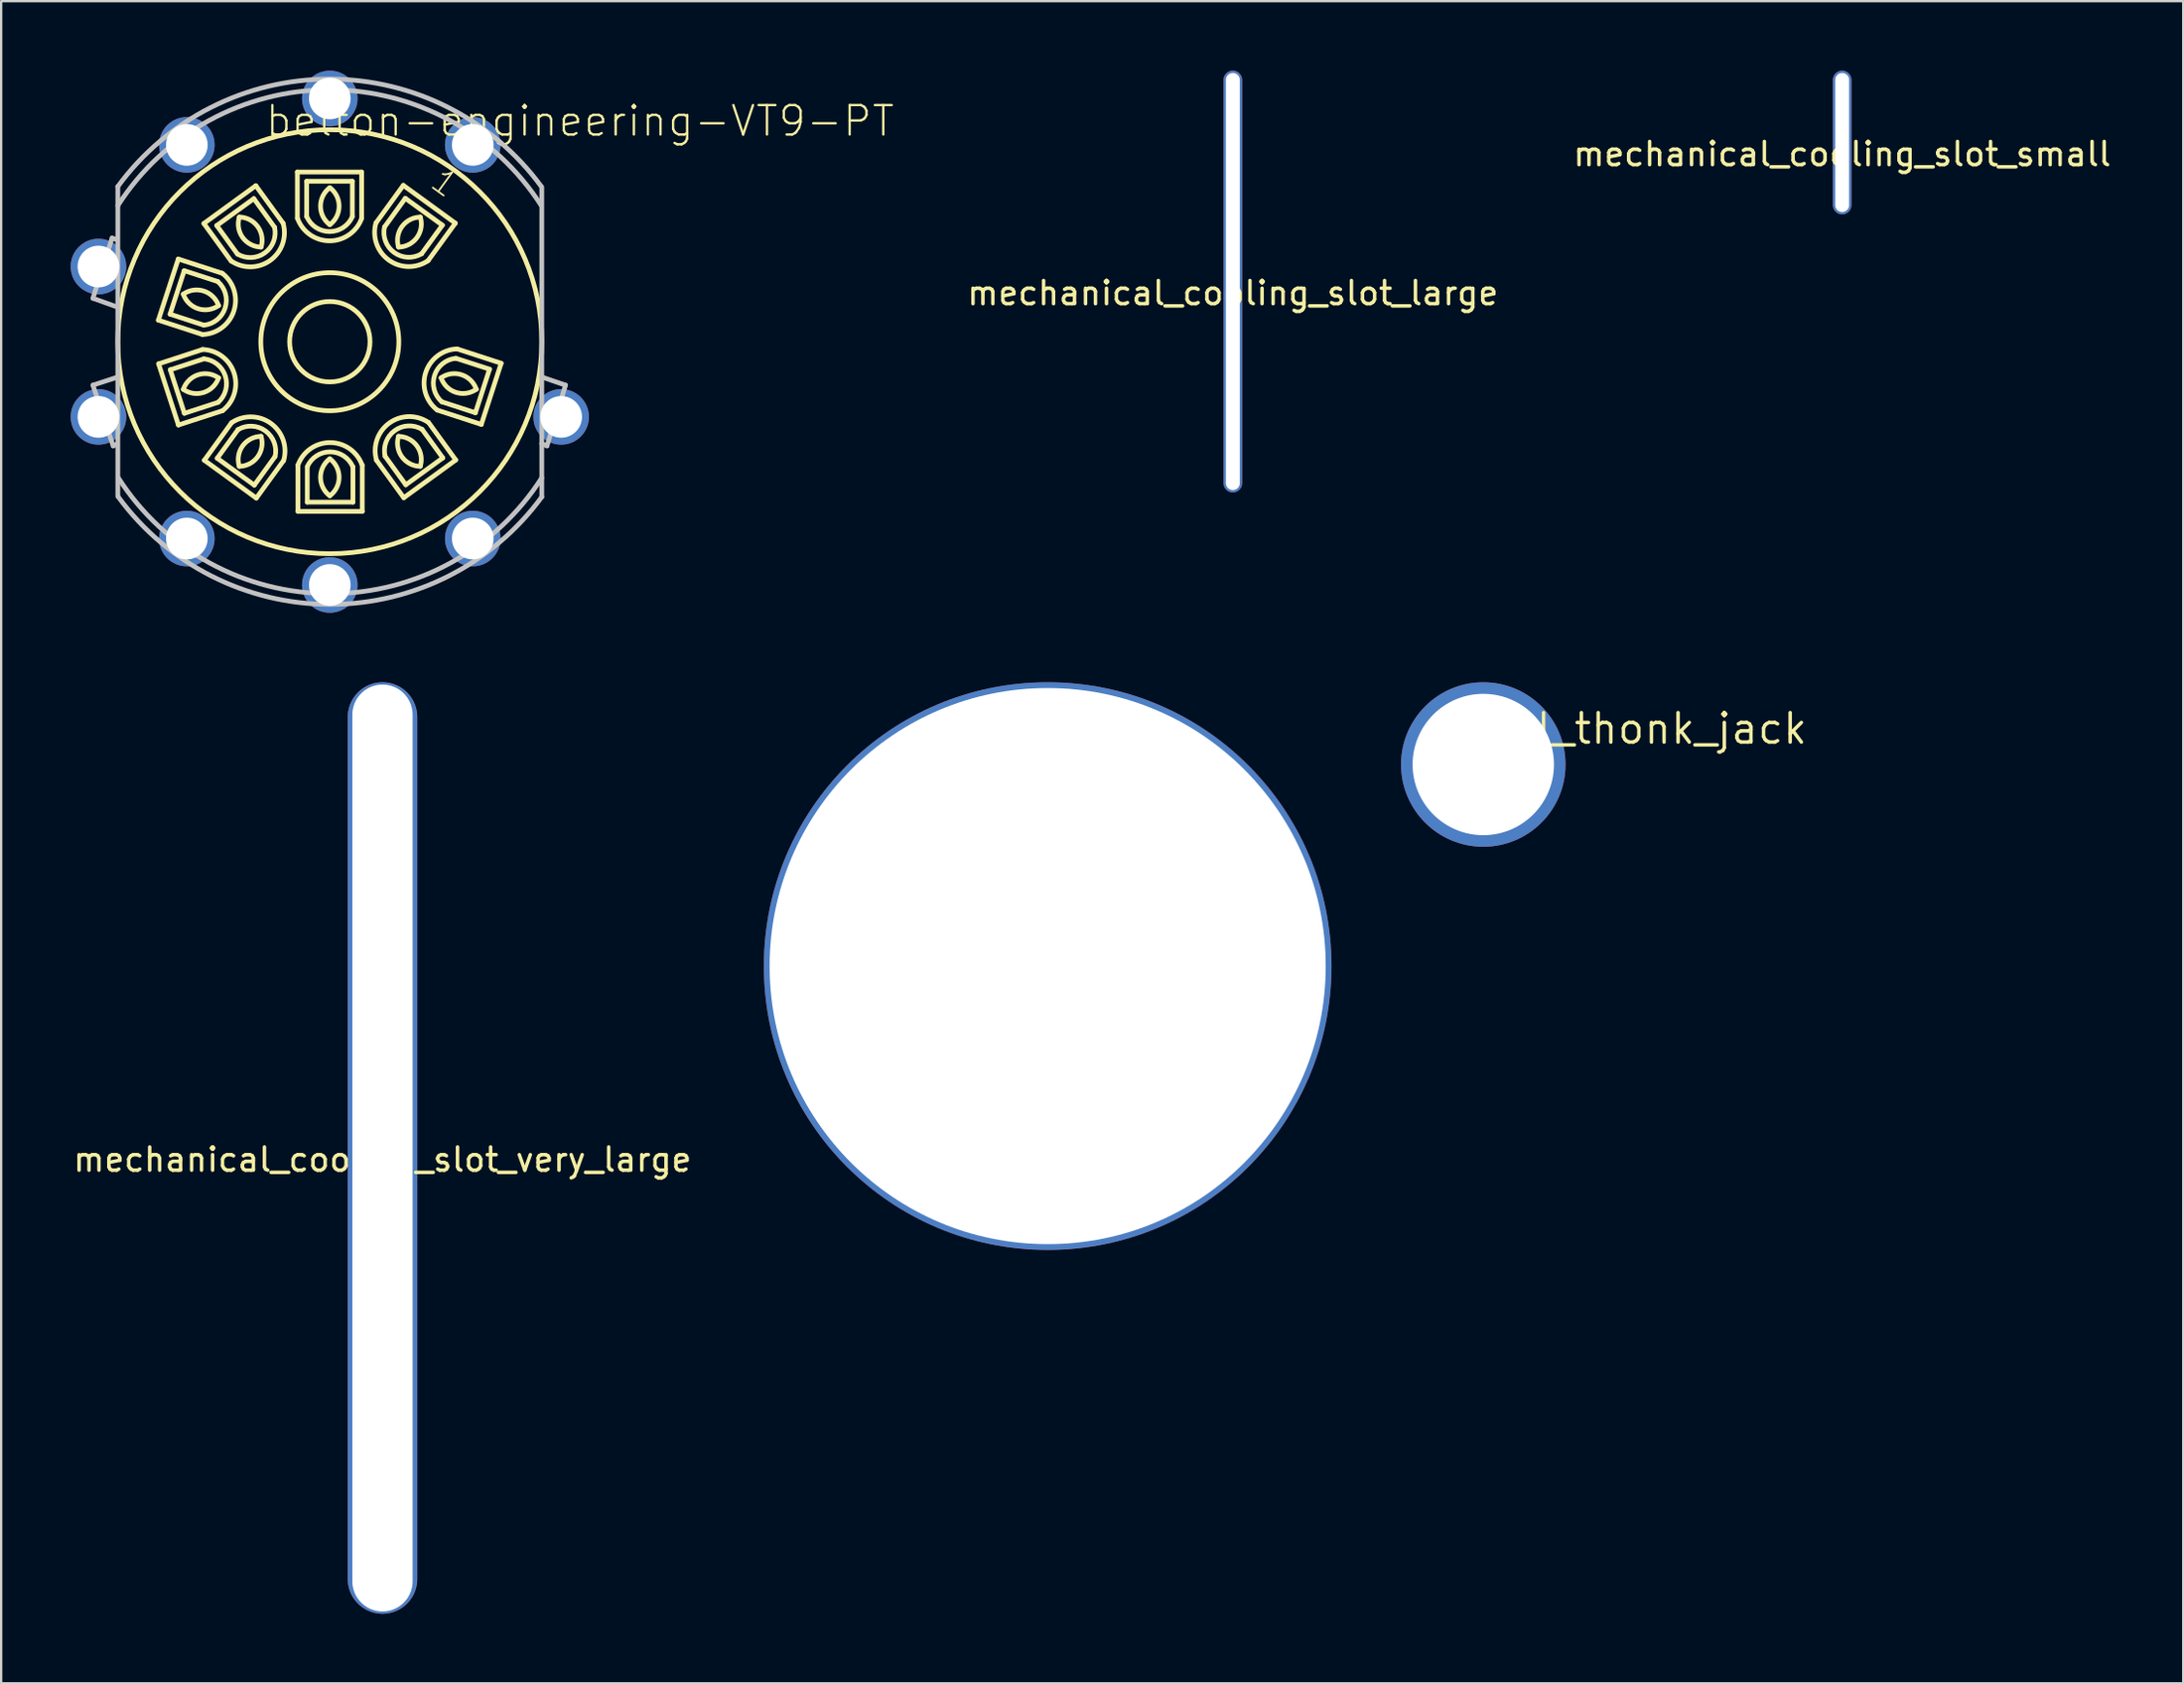
<source format=kicad_pcb>
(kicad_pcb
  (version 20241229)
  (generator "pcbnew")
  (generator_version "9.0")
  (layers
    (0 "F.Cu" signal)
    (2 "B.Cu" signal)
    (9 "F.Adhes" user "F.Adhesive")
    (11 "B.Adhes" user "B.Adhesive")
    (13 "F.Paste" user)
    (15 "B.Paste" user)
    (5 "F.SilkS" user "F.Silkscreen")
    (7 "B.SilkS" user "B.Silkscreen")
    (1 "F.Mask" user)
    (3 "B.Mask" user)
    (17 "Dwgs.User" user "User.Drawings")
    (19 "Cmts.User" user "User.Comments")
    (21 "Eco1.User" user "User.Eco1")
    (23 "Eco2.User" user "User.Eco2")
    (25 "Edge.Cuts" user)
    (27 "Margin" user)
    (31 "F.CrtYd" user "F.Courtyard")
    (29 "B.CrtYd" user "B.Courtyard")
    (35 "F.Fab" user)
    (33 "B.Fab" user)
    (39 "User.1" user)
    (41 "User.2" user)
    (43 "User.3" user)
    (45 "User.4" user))
  (footprint "mechanical_cooling_slot_large"
    (layer "F.Cu")
    (at 50.158 9.1)
    (property "Reference" "mechanical_cooling_slot_large" (at 0 0.5 0) (layer "F.SilkS") (effects (font (size 1 1) (thickness 0.15))))
    (attr through_hole)
    (pad "" np_thru_hole oval (at 0 0) (size 0.8 18.2) (drill oval 0.6 18) (layers "*.Cu" "*.Mask")))
  (footprint "panel_12AX7_hole"
    (layer "F.Cu")
    (at 42.167 38.643)
    (property "Reference" "panel_12AX7_hole" (at 0 -1.93 0) (layer "F.SilkS") (effects (font (size 1 1) (thickness 0.15))))
    (attr through_hole)
    (pad "" np_thru_hole circle (at 0 0) (size 24.5 24.5) (drill 24) (layers "*.Cu" "*.Mask")))
  (footprint "mechanical_cooling_slot_very_large"
    (layer "F.Cu")
    (at 13.458 46.493)
    (property "Reference" "mechanical_cooling_slot_very_large" (at 0 0.5 0) (layer "F.SilkS") (effects (font (size 1 1) (thickness 0.15))))
    (attr through_hole)
    (pad "" np_thru_hole oval (at 0 0) (size 3 40.2) (drill oval 2.6 40) (layers "*.Cu" "*.Mask")))
  (footprint "panel_thonk_jack"
    (layer "F.Cu")
    (at 60.967 29.943)
    (property "Reference" "panel_thonk_jack" (at 5.867 -1.549 0) (layer "F.SilkS") (effects (font (size 1.27 1.27) (thickness 0.15))))
    (attr exclude_from_pos_files exclude_from_bom)
    (pad "" np_thru_hole circle (at 0 0) (size 7.1 7.1) (drill 6.1) (layers "*.Cu" "*.Mask")))
  (footprint "belton-engineering-VT9-PT"
    (layer "F.Cu")
    (at 11.184 11.697)
    (property "Reference" "belton-engineering-VT9-PT" (at 10.795 -9.525 0) (layer "F.SilkS") (effects (font (size 1.27 1.27) (thickness 0.102))))
    (attr exclude_from_pos_files exclude_from_bom)
    (fp_line (start -7.399 -0.93) (end -6.54 -3.569) (stroke (width 0.203) (type solid)) (layer "F.SilkS"))
    (fp_line (start -7.399 -0.93) (end -5.497 -0.312) (stroke (width 0.203) (type solid)) (layer "F.SilkS"))
    (fp_line (start -7.389 0.955) (end -5.489 0.335) (stroke (width 0.203) (type solid)) (layer "F.SilkS"))
    (fp_line (start -6.894 -1.189) (end -5.443 -0.716) (stroke (width 0.203) (type solid)) (layer "F.SilkS"))
    (fp_line (start -6.886 1.212) (end -6.276 3.089) (stroke (width 0.203) (type solid)) (layer "F.SilkS"))
    (fp_line (start -6.54 -3.569) (end -4.638 -2.951) (stroke (width 0.203) (type solid)) (layer "F.SilkS"))
    (fp_line (start -6.533 3.594) (end -7.389 0.955) (stroke (width 0.203) (type solid)) (layer "F.SilkS"))
    (fp_line (start -6.533 3.594) (end -4.63 2.977) (stroke (width 0.203) (type solid)) (layer "F.SilkS"))
    (fp_line (start -6.284 -3.066) (end -6.894 -1.189) (stroke (width 0.203) (type solid)) (layer "F.SilkS"))
    (fp_line (start -6.276 3.089) (end -4.826 2.619) (stroke (width 0.203) (type solid)) (layer "F.SilkS"))
    (fp_line (start -5.436 -5.103) (end -4.262 -3.485) (stroke (width 0.203) (type solid)) (layer "F.SilkS"))
    (fp_line (start -5.436 -5.103) (end -3.193 -6.734) (stroke (width 0.203) (type solid)) (layer "F.SilkS"))
    (fp_line (start -5.436 0.739) (end -6.886 1.212) (stroke (width 0.203) (type solid)) (layer "F.SilkS"))
    (fp_line (start -5.415 5.116) (end -4.242 3.498) (stroke (width 0.203) (type solid)) (layer "F.SilkS"))
    (fp_line (start -4.879 -5.014) (end -3.983 -3.78) (stroke (width 0.203) (type solid)) (layer "F.SilkS"))
    (fp_line (start -4.859 5.029) (end -3.259 6.19) (stroke (width 0.203) (type solid)) (layer "F.SilkS"))
    (fp_line (start -4.834 -2.596) (end -6.284 -3.066) (stroke (width 0.203) (type solid)) (layer "F.SilkS"))
    (fp_line (start -3.962 3.795) (end -4.859 5.029) (stroke (width 0.203) (type solid)) (layer "F.SilkS"))
    (fp_line (start -3.279 -6.175) (end -4.879 -5.014) (stroke (width 0.203) (type solid)) (layer "F.SilkS"))
    (fp_line (start -3.259 6.19) (end -2.365 4.956) (stroke (width 0.203) (type solid)) (layer "F.SilkS"))
    (fp_line (start -3.193 -6.734) (end -2.017 -5.116) (stroke (width 0.203) (type solid)) (layer "F.SilkS"))
    (fp_line (start -3.172 6.749) (end -5.415 5.116) (stroke (width 0.203) (type solid)) (layer "F.SilkS"))
    (fp_line (start -3.172 6.749) (end -1.996 5.131) (stroke (width 0.203) (type solid)) (layer "F.SilkS"))
    (fp_line (start -2.385 -4.94) (end -3.279 -6.175) (stroke (width 0.203) (type solid)) (layer "F.SilkS"))
    (fp_line (start -1.4 -7.323) (end -1.4 -5.324) (stroke (width 0.203) (type solid)) (layer "F.SilkS"))
    (fp_line (start -1.4 -7.323) (end 1.374 -7.323) (stroke (width 0.203) (type solid)) (layer "F.SilkS"))
    (fp_line (start -1.374 7.323) (end -1.374 5.324) (stroke (width 0.203) (type solid)) (layer "F.SilkS"))
    (fp_line (start -0.998 -6.924) (end -0.998 -5.397) (stroke (width 0.203) (type solid)) (layer "F.SilkS"))
    (fp_line (start -0.973 5.397) (end -0.973 6.924) (stroke (width 0.203) (type solid)) (layer "F.SilkS"))
    (fp_line (start -0.973 6.924) (end 0.998 6.924) (stroke (width 0.203) (type solid)) (layer "F.SilkS"))
    (fp_line (start 0.973 -6.924) (end -0.998 -6.924) (stroke (width 0.203) (type solid)) (layer "F.SilkS"))
    (fp_line (start 0.973 -5.397) (end 0.973 -6.924) (stroke (width 0.203) (type solid)) (layer "F.SilkS"))
    (fp_line (start 0.998 6.924) (end 0.998 5.397) (stroke (width 0.203) (type solid)) (layer "F.SilkS"))
    (fp_line (start 1.374 -7.323) (end 1.374 -5.324) (stroke (width 0.203) (type solid)) (layer "F.SilkS"))
    (fp_line (start 1.4 7.323) (end -1.374 7.323) (stroke (width 0.203) (type solid)) (layer "F.SilkS"))
    (fp_line (start 1.4 7.323) (end 1.4 5.324) (stroke (width 0.203) (type solid)) (layer "F.SilkS"))
    (fp_line (start 2.385 4.94) (end 3.279 6.175) (stroke (width 0.203) (type solid)) (layer "F.SilkS"))
    (fp_line (start 3.172 -6.749) (end 1.996 -5.131) (stroke (width 0.203) (type solid)) (layer "F.SilkS"))
    (fp_line (start 3.172 -6.749) (end 5.418 -5.116) (stroke (width 0.203) (type solid)) (layer "F.SilkS"))
    (fp_line (start 3.193 6.734) (end 2.017 5.116) (stroke (width 0.203) (type solid)) (layer "F.SilkS"))
    (fp_line (start 3.259 -6.19) (end 2.365 -4.956) (stroke (width 0.203) (type solid)) (layer "F.SilkS"))
    (fp_line (start 3.279 6.175) (end 4.877 5.014) (stroke (width 0.203) (type solid)) (layer "F.SilkS"))
    (fp_line (start 3.962 -3.795) (end 4.859 -5.029) (stroke (width 0.203) (type solid)) (layer "F.SilkS"))
    (fp_line (start 4.834 2.593) (end 6.284 3.066) (stroke (width 0.203) (type solid)) (layer "F.SilkS"))
    (fp_line (start 4.859 -5.029) (end 3.259 -6.19) (stroke (width 0.203) (type solid)) (layer "F.SilkS"))
    (fp_line (start 4.877 5.014) (end 3.983 3.78) (stroke (width 0.203) (type solid)) (layer "F.SilkS"))
    (fp_line (start 5.418 -5.116) (end 4.242 -3.498) (stroke (width 0.203) (type solid)) (layer "F.SilkS"))
    (fp_line (start 5.436 5.103) (end 3.193 6.734) (stroke (width 0.203) (type solid)) (layer "F.SilkS"))
    (fp_line (start 5.436 5.103) (end 4.262 3.485) (stroke (width 0.203) (type solid)) (layer "F.SilkS"))
    (fp_line (start 6.284 3.066) (end 6.894 1.186) (stroke (width 0.203) (type solid)) (layer "F.SilkS"))
    (fp_line (start 6.54 3.569) (end 4.638 2.951) (stroke (width 0.203) (type solid)) (layer "F.SilkS"))
    (fp_line (start 6.894 1.186) (end 5.443 0.716) (stroke (width 0.203) (type solid)) (layer "F.SilkS"))
    (fp_line (start 7.396 0.93) (end 5.497 0.312) (stroke (width 0.203) (type solid)) (layer "F.SilkS"))
    (fp_line (start 7.396 0.93) (end 6.54 3.569) (stroke (width 0.203) (type solid)) (layer "F.SilkS"))
    (fp_arc (start -6.32206 -2.05486) (mid -5.43781 -2.186832) (end -4.801901 -1.558395) (stroke (width 0.2032) (type solid)) (layer "F.SilkS"))
    (fp_arc (start -6.32206 2.05486) (mid -5.685714 1.427881) (end -4.80237 1.561077) (stroke (width 0.2032) (type solid)) (layer "F.SilkS"))
    (fp_arc (start -5.48894 0.33528) (mid -4.131077 1.352923) (end -4.627182 2.975658) (stroke (width 0.2032) (type solid)) (layer "F.SilkS"))
    (fp_arc (start -5.4356 0.73914) (mid -4.511013 1.478024) (end -4.823922 2.61947) (stroke (width 0.2032) (type solid)) (layer "F.SilkS"))
    (fp_arc (start -4.83362 -2.59588) (mid -4.517792 -1.455249) (end -5.440477 -0.714006) (stroke (width 0.2032) (type solid)) (layer "F.SilkS"))
    (fp_arc (start -4.8006 -1.55956) (mid -5.685866 -1.425555) (end -6.324012 -2.053587) (stroke (width 0.2032) (type solid)) (layer "F.SilkS"))
    (fp_arc (start -4.8006 1.55956) (mid -5.437962 2.188572) (end -6.323543 2.055781) (stroke (width 0.2032) (type solid)) (layer "F.SilkS"))
    (fp_arc (start -4.63804 -2.95148) (mid -4.138647 -1.330984) (end -5.493288 -0.311008) (stroke (width 0.2032) (type solid)) (layer "F.SilkS"))
    (fp_arc (start -4.2418 3.49758) (mid -2.544101 3.523236) (end -1.991764 5.128778) (stroke (width 0.2032) (type solid)) (layer "F.SilkS"))
    (fp_arc (start -3.9624 3.79476) (mid -2.780078 3.847385) (end -2.360749 4.9541) (stroke (width 0.2032) (type solid)) (layer "F.SilkS"))
    (fp_arc (start -3.90652 -5.37972) (mid -3.111804 -4.966943) (end -2.965503 -4.083453) (stroke (width 0.2032) (type solid)) (layer "F.SilkS"))
    (fp_arc (start -3.90652 5.37972) (mid -3.762045 4.496534) (end -2.968667 4.082479) (stroke (width 0.2032) (type solid)) (layer "F.SilkS"))
    (fp_arc (start -2.96672 -4.08432) (mid -3.759404 -4.496081) (end -3.905299 -5.377335) (stroke (width 0.2032) (type solid)) (layer "F.SilkS"))
    (fp_arc (start -2.96672 4.08432) (mid -3.113228 4.966489) (end -3.907011 5.378308) (stroke (width 0.2032) (type solid)) (layer "F.SilkS"))
    (fp_arc (start -2.38506 -4.9403) (mid -2.800654 -3.83638) (end -3.978932 -3.78143) (stroke (width 0.2032) (type solid)) (layer "F.SilkS"))
    (fp_arc (start -2.01676 -5.11556) (mid -2.564107 -3.513081) (end -4.257231 -3.483772) (stroke (width 0.2032) (type solid)) (layer "F.SilkS"))
    (fp_arc (start -1.37414 5.32384) (mid 0.010758 4.35226) (end 1.394866 5.324966) (stroke (width 0.2032) (type solid)) (layer "F.SilkS"))
    (fp_arc (start -0.97282 5.3975) (mid 0.013266 4.752618) (end 0.995597 5.403206) (stroke (width 0.2032) (type solid)) (layer "F.SilkS"))
    (fp_arc (start 0 -6.64972) (mid 0.401321 -5.851813) (end 0.00351 -5.052151) (stroke (width 0.2032) (type solid)) (layer "F.SilkS"))
    (fp_arc (start 0 -5.04952) (mid -0.401321 -5.847427) (end -0.00351 -6.647089) (stroke (width 0.2032) (type solid)) (layer "F.SilkS"))
    (fp_arc (start 0 5.04952) (mid 0.401321 5.847427) (end 0.00351 6.647089) (stroke (width 0.2032) (type solid)) (layer "F.SilkS"))
    (fp_arc (start 0 6.64972) (mid -0.401321 5.851813) (end -0.00351 5.052151) (stroke (width 0.2032) (type solid)) (layer "F.SilkS"))
    (fp_arc (start 0.97282 -5.3975) (mid -0.013266 -4.752618) (end -0.995597 -5.403206) (stroke (width 0.2032) (type solid)) (layer "F.SilkS"))
    (fp_arc (start 1.37414 -5.32384) (mid -0.010758 -4.35226) (end -1.394866 -5.324966) (stroke (width 0.2032) (type solid)) (layer "F.SilkS"))
    (fp_arc (start 2.01676 5.11556) (mid 2.564107 3.513081) (end 4.257231 3.483772) (stroke (width 0.2032) (type solid)) (layer "F.SilkS"))
    (fp_arc (start 2.38506 4.9403) (mid 2.800654 3.83638) (end 3.978932 3.78143) (stroke (width 0.2032) (type solid)) (layer "F.SilkS"))
    (fp_arc (start 2.96672 -4.08432) (mid 3.113228 -4.966489) (end 3.907011 -5.378308) (stroke (width 0.2032) (type solid)) (layer "F.SilkS"))
    (fp_arc (start 2.96672 4.08432) (mid 3.759404 4.496081) (end 3.905299 5.377335) (stroke (width 0.2032) (type solid)) (layer "F.SilkS"))
    (fp_arc (start 3.90652 -5.37972) (mid 3.762045 -4.496534) (end 2.968667 -4.082479) (stroke (width 0.2032) (type solid)) (layer "F.SilkS"))
    (fp_arc (start 3.90652 5.37972) (mid 3.111804 4.966943) (end 2.965503 4.083453) (stroke (width 0.2032) (type solid)) (layer "F.SilkS"))
    (fp_arc (start 3.9624 -3.79476) (mid 2.780078 -3.847385) (end 2.360749 -4.9541) (stroke (width 0.2032) (type solid)) (layer "F.SilkS"))
    (fp_arc (start 4.2418 -3.49758) (mid 2.544101 -3.523236) (end 1.991764 -5.128778) (stroke (width 0.2032) (type solid)) (layer "F.SilkS"))
    (fp_arc (start 4.63804 2.95148) (mid 4.139044 1.329759) (end 5.495862 0.310925) (stroke (width 0.2032) (type solid)) (layer "F.SilkS"))
    (fp_arc (start 4.8006 1.55956) (mid 5.685866 1.425555) (end 6.324012 2.053587) (stroke (width 0.2032) (type solid)) (layer "F.SilkS"))
    (fp_arc (start 4.83362 2.59334) (mid 4.520125 1.454244) (end 5.442323 0.715751) (stroke (width 0.2032) (type solid)) (layer "F.SilkS"))
    (fp_arc (start 6.32206 2.05232) (mid 5.439843 2.185309) (end 4.804338 1.559108) (stroke (width 0.2032) (type solid)) (layer "F.SilkS"))
    (fp_circle (center 0 0) (end 0 -9.149) (stroke (width 0.203) (type solid)) (fill no) (layer "F.SilkS"))
    (fp_circle (center 0 0) (end 0 -2.979) (stroke (width 0.203) (type solid)) (fill no) (layer "F.SilkS"))
    (fp_circle (center 0 0) (end 0 -1.735) (stroke (width 0.203) (type solid)) (fill no) (layer "F.SilkS"))
    (fp_line (start -10.223 -1.875) (end -9.398 -4.473) (stroke (width 0.203) (type solid)) (layer "Dwgs.User"))
    (fp_line (start -10.223 1.875) (end -9.35 4.498) (stroke (width 0.203) (type solid)) (layer "Dwgs.User"))
    (fp_line (start -9.398 -4.473) (end -9.174 -4.399) (stroke (width 0.203) (type solid)) (layer "Dwgs.User"))
    (fp_line (start -9.35 4.498) (end -9.2 4.425) (stroke (width 0.203) (type solid)) (layer "Dwgs.User"))
    (fp_line (start -9.248 -1.524) (end -10.223 -1.875) (stroke (width 0.203) (type solid)) (layer "Dwgs.User"))
    (fp_line (start -9.149 -6.698) (end -9.149 1.524) (stroke (width 0.203) (type solid)) (layer "Dwgs.User"))
    (fp_line (start -9.149 1.524) (end -10.223 1.875) (stroke (width 0.203) (type solid)) (layer "Dwgs.User"))
    (fp_line (start -9.149 1.524) (end -9.149 6.673) (stroke (width 0.203) (type solid)) (layer "Dwgs.User"))
    (fp_line (start 9.149 1.524) (end 9.149 -6.673) (stroke (width 0.203) (type solid)) (layer "Dwgs.User"))
    (fp_line (start 9.149 1.524) (end 10.173 1.875) (stroke (width 0.203) (type solid)) (layer "Dwgs.User"))
    (fp_line (start 9.149 4.399) (end 9.149 1.524) (stroke (width 0.203) (type solid)) (layer "Dwgs.User"))
    (fp_line (start 9.149 6.698) (end 9.149 4.399) (stroke (width 0.203) (type solid)) (layer "Dwgs.User"))
    (fp_line (start 9.373 4.498) (end 9.149 4.399) (stroke (width 0.203) (type solid)) (layer "Dwgs.User"))
    (fp_line (start 10.173 1.875) (end 9.373 4.498) (stroke (width 0.203) (type solid)) (layer "Dwgs.User"))
    (fp_arc (start -9.14908 -6.69798) (mid -0.010853 -11.33477) (end 9.127942 -6.699098) (stroke (width 0.2032) (type solid)) (layer "Dwgs.User"))
    (fp_arc (start -9.14908 -5.87248) (mid -0.015386 -10.873569) (end 9.123121 -5.88128) (stroke (width 0.2032) (type solid)) (layer "Dwgs.User"))
    (fp_arc (start 9.14908 5.87248) (mid 0.015386 10.873569) (end -9.123121 5.88128) (stroke (width 0.2032) (type solid)) (layer "Dwgs.User"))
    (fp_arc (start 9.14908 6.69798) (mid 0.010853 11.33477) (end -9.127942 6.699098) (stroke (width 0.2032) (type solid)) (layer "Dwgs.User"))
    (fp_text user "1" (at 4.953 -6.858 324) (layer "F.SilkS") (effects (font (size 1.016 1.016) (thickness 0.076))))
    (pad "1" thru_hole circle (at 6.17 -8.494) (size 2.398 2.398) (drill 1.798) (layers "*.Cu" "*.Paste" "*.Mask"))
    (pad "2" thru_hole circle (at 0 -10.498) (size 2.398 2.398) (drill 1.798) (layers "*.Cu" "*.Paste" "*.Mask"))
    (pad "3" thru_hole circle (at -6.17 -8.494) (size 2.398 2.398) (drill 1.798) (layers "*.Cu" "*.Paste" "*.Mask"))
    (pad "4" thru_hole circle (at -9.985 -3.244) (size 2.398 2.398) (drill 1.798) (layers "*.Cu" "*.Paste" "*.Mask"))
    (pad "5" thru_hole circle (at -9.985 3.244) (size 2.398 2.398) (drill 1.798) (layers "*.Cu" "*.Paste" "*.Mask"))
    (pad "6" thru_hole circle (at -6.17 8.494) (size 2.398 2.398) (drill 1.798) (layers "*.Cu" "*.Paste" "*.Mask"))
    (pad "7" thru_hole circle (at 0 10.498) (size 2.398 2.398) (drill 1.798) (layers "*.Cu" "*.Paste" "*.Mask"))
    (pad "8" thru_hole circle (at 6.17 8.494) (size 2.398 2.398) (drill 1.798) (layers "*.Cu" "*.Paste" "*.Mask"))
    (pad "9" thru_hole circle (at 9.985 3.244) (size 2.398 2.398) (drill 1.798) (layers "*.Cu" "*.Paste" "*.Mask")))
  (footprint "mechanical_cooling_slot_small"
    (layer "F.Cu")
    (at 76.456 3.1)
    (property "Reference" "mechanical_cooling_slot_small" (at 0 0.5 0) (layer "F.SilkS") (effects (font (size 1 1) (thickness 0.15))))
    (attr through_hole)
    (pad "" np_thru_hole oval (at 0 0) (size 0.8 6.2) (drill oval 0.6 6) (layers "*.Cu" "*.Mask")))
  (gr_rect
    (start -3 -3)
    (end 91.176 69.593)
    (stroke (width 0.1) (type default))
    (fill no)
    (layer "Edge.Cuts")))
</source>
